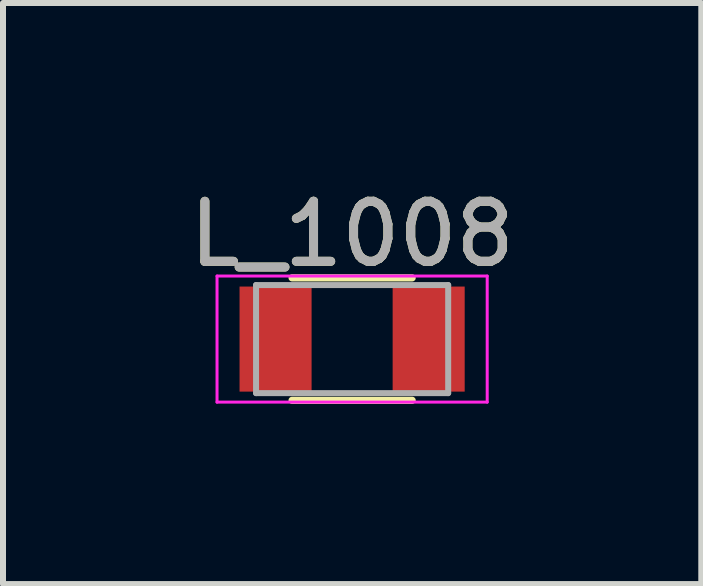
<source format=kicad_pcb>
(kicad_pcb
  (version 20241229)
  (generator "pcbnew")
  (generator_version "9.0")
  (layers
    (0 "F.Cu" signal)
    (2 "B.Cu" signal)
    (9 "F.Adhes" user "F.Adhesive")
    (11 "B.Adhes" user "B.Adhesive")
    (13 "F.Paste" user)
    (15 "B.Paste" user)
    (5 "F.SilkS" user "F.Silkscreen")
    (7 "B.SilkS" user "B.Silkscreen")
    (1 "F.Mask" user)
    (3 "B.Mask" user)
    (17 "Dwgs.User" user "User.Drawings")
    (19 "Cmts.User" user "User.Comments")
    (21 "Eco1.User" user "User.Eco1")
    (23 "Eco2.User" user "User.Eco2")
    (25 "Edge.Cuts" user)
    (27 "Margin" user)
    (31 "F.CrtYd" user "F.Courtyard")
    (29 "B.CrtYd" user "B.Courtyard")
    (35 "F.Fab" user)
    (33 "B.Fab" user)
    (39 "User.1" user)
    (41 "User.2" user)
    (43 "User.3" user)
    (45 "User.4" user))
  (footprint "L_1008"
    (layer "F.Cu")
    (at 2.815 2.598)
    (property "Reference" "L_1008" (at 0 -1.75 0) (layer "F.SilkS") (effects (font (size 1 1) (thickness 0.15))))
    (attr smd)
    (fp_line (start -1 1.02) (end 1 1.02) (stroke (width 0.12) (type solid)) (layer "F.SilkS"))
    (fp_line (start 1 -1.02) (end -1 -1.02) (stroke (width 0.12) (type solid)) (layer "F.SilkS"))
    (fp_line (start -2.25 -1.05) (end -2.25 1.05) (stroke (width 0.05) (type solid)) (layer "F.CrtYd"))
    (fp_line (start -2.25 -1.05) (end 2.25 -1.05) (stroke (width 0.05) (type solid)) (layer "F.CrtYd"))
    (fp_line (start 2.25 1.05) (end -2.25 1.05) (stroke (width 0.05) (type solid)) (layer "F.CrtYd"))
    (fp_line (start 2.25 1.05) (end 2.25 -1.05) (stroke (width 0.05) (type solid)) (layer "F.CrtYd"))
    (fp_line (start -1.6 -0.9) (end 1.6 -0.9) (stroke (width 0.1) (type solid)) (layer "F.Fab"))
    (fp_line (start -1.6 0.9) (end -1.6 -0.9) (stroke (width 0.1) (type solid)) (layer "F.Fab"))
    (fp_line (start 1.6 -0.9) (end 1.6 0.9) (stroke (width 0.1) (type solid)) (layer "F.Fab"))
    (fp_line (start 1.6 0.9) (end -1.6 0.9) (stroke (width 0.1) (type solid)) (layer "F.Fab"))
    (fp_text user "${REFERENCE}" (at 0 -1.75 0) (layer "F.Fab") (effects (font (size 1 1) (thickness 0.15))))
    (pad "1" smd rect (at -1.275 0) (size 1.2 1.75) (layers "F.Cu" "F.Mask" "F.Paste"))
    (pad "2" smd rect (at 1.275 0) (size 1.2 1.75) (layers "F.Cu" "F.Mask" "F.Paste")))
  (gr_rect
    (start -3 -3)
    (end 8.631 6.678)
    (stroke (width 0.1) (type default))
    (fill no)
    (layer "Edge.Cuts")))
</source>
